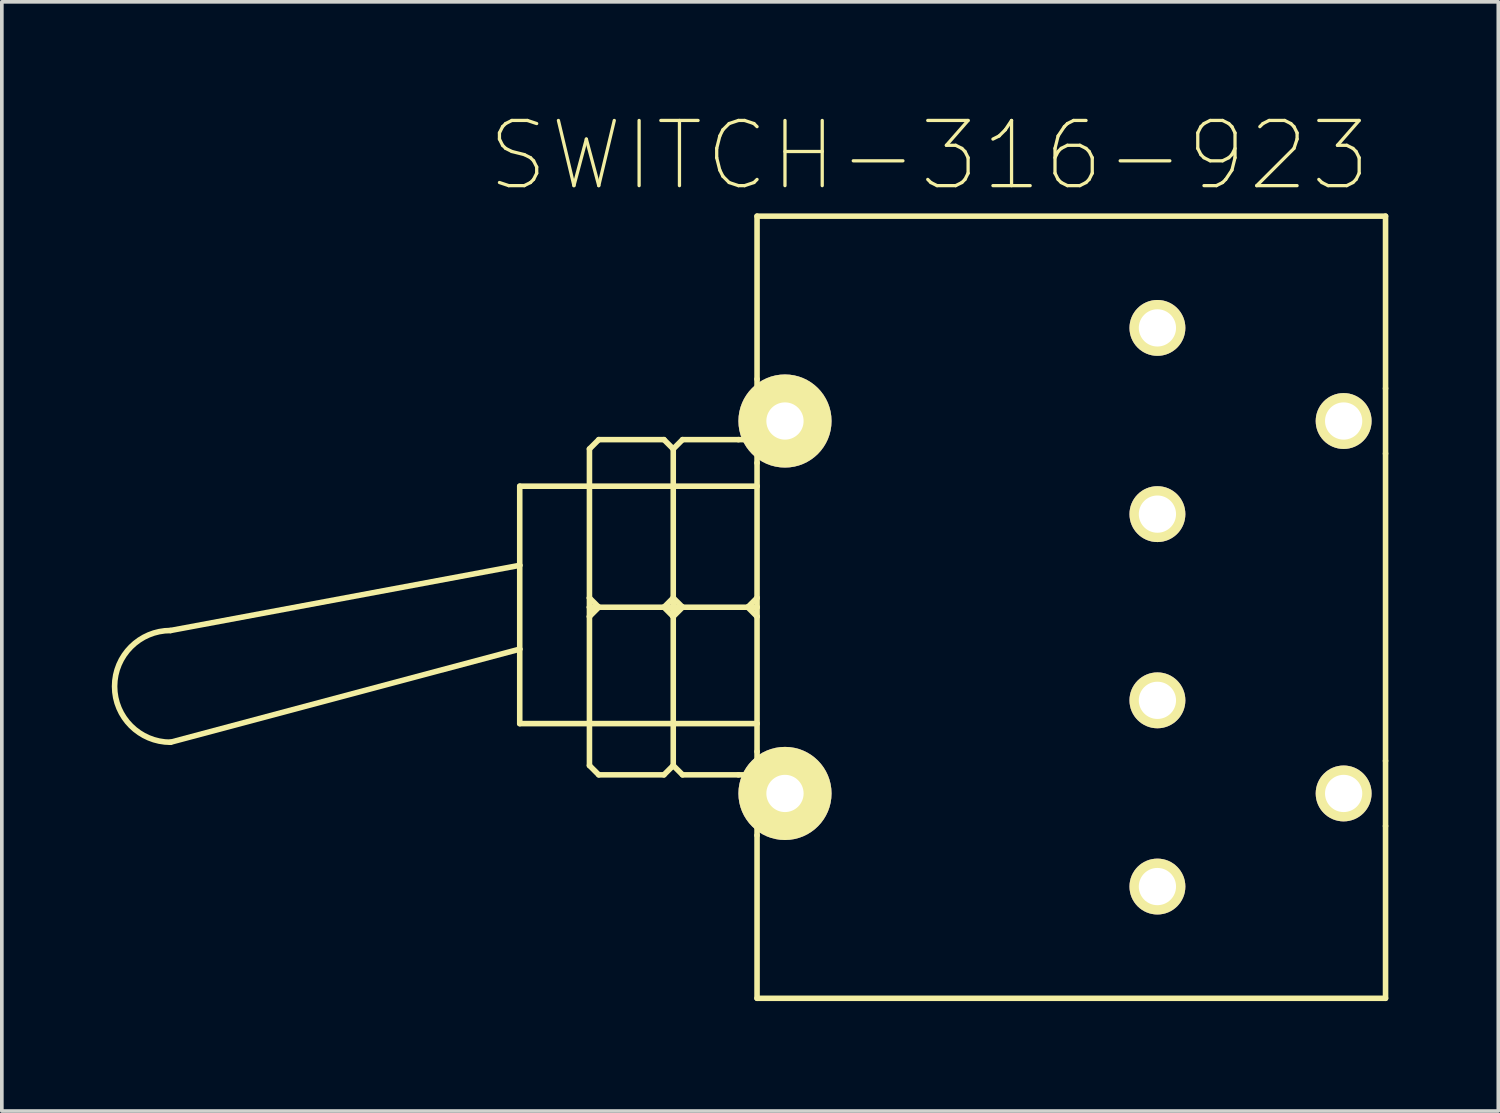
<source format=kicad_pcb>
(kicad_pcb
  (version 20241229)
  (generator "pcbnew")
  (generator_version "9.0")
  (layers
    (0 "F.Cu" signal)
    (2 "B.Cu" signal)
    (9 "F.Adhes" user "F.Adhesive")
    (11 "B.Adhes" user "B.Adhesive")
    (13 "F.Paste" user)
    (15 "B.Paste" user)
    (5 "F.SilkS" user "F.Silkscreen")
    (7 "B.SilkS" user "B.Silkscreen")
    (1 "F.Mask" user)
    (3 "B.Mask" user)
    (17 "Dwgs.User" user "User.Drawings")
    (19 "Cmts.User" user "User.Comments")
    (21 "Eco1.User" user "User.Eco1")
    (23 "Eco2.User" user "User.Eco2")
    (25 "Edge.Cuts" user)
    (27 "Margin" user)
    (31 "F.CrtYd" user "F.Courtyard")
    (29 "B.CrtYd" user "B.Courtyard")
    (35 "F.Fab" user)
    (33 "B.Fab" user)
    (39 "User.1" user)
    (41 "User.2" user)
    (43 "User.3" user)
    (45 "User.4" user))
  (footprint "SWITCH-316-923"
    (layer "F.Cu")
    (at 18.364 13.515)
    (property "Reference" "SWITCH-316-923" (at 3.937 -12.319 0) (layer "F.SilkS") (effects (font (size 1.778 1.778) (thickness 0.089))))
    (attr exclude_from_pos_files exclude_from_bom)
    (fp_line (start -7.236 -3.302) (end -0.762 -3.302) (stroke (width 0.152) (type solid)) (layer "F.SilkS"))
    (fp_line (start -7.236 -1.143) (end -16.764 0.635) (stroke (width 0.152) (type solid)) (layer "F.SilkS"))
    (fp_line (start -7.236 -1.143) (end -7.236 -3.302) (stroke (width 0.152) (type solid)) (layer "F.SilkS"))
    (fp_line (start -7.236 1.143) (end -16.764 3.683) (stroke (width 0.152) (type solid)) (layer "F.SilkS"))
    (fp_line (start -7.236 1.143) (end -7.236 -1.143) (stroke (width 0.152) (type solid)) (layer "F.SilkS"))
    (fp_line (start -7.236 3.175) (end -7.236 1.143) (stroke (width 0.152) (type solid)) (layer "F.SilkS"))
    (fp_line (start -5.334 -0.254) (end -5.334 -4.318) (stroke (width 0.152) (type solid)) (layer "F.SilkS"))
    (fp_line (start -5.334 -0.254) (end -5.08 0) (stroke (width 0.152) (type solid)) (layer "F.SilkS"))
    (fp_line (start -5.334 0) (end -5.334 -0.254) (stroke (width 0.152) (type solid)) (layer "F.SilkS"))
    (fp_line (start -5.334 0) (end -5.08 0) (stroke (width 0.152) (type solid)) (layer "F.SilkS"))
    (fp_line (start -5.334 0.254) (end -5.334 0) (stroke (width 0.152) (type solid)) (layer "F.SilkS"))
    (fp_line (start -5.334 4.318) (end -5.334 0.254) (stroke (width 0.152) (type solid)) (layer "F.SilkS"))
    (fp_line (start -5.334 4.318) (end -5.08 4.572) (stroke (width 0.152) (type solid)) (layer "F.SilkS"))
    (fp_line (start -5.08 -4.572) (end -5.334 -4.318) (stroke (width 0.152) (type solid)) (layer "F.SilkS"))
    (fp_line (start -5.08 -4.572) (end -3.302 -4.572) (stroke (width 0.152) (type solid)) (layer "F.SilkS"))
    (fp_line (start -5.08 0) (end -5.334 0.254) (stroke (width 0.152) (type solid)) (layer "F.SilkS"))
    (fp_line (start -5.08 0) (end -3.302 0) (stroke (width 0.152) (type solid)) (layer "F.SilkS"))
    (fp_line (start -3.302 0) (end -3.048 -0.254) (stroke (width 0.152) (type solid)) (layer "F.SilkS"))
    (fp_line (start -3.302 0) (end -3.048 0) (stroke (width 0.152) (type solid)) (layer "F.SilkS"))
    (fp_line (start -3.302 4.572) (end -5.08 4.572) (stroke (width 0.152) (type solid)) (layer "F.SilkS"))
    (fp_line (start -3.048 -4.318) (end -3.302 -4.572) (stroke (width 0.152) (type solid)) (layer "F.SilkS"))
    (fp_line (start -3.048 -0.254) (end -3.048 -4.318) (stroke (width 0.152) (type solid)) (layer "F.SilkS"))
    (fp_line (start -3.048 -0.254) (end -2.794 0) (stroke (width 0.152) (type solid)) (layer "F.SilkS"))
    (fp_line (start -3.048 0) (end -3.048 -0.254) (stroke (width 0.152) (type solid)) (layer "F.SilkS"))
    (fp_line (start -3.048 0) (end -2.794 0) (stroke (width 0.152) (type solid)) (layer "F.SilkS"))
    (fp_line (start -3.048 0.254) (end -3.302 0) (stroke (width 0.152) (type solid)) (layer "F.SilkS"))
    (fp_line (start -3.048 0.254) (end -3.048 0) (stroke (width 0.152) (type solid)) (layer "F.SilkS"))
    (fp_line (start -3.048 4.318) (end -3.302 4.572) (stroke (width 0.152) (type solid)) (layer "F.SilkS"))
    (fp_line (start -3.048 4.318) (end -3.048 0.254) (stroke (width 0.152) (type solid)) (layer "F.SilkS"))
    (fp_line (start -3.048 4.318) (end -2.794 4.572) (stroke (width 0.152) (type solid)) (layer "F.SilkS"))
    (fp_line (start -2.794 -4.572) (end -3.048 -4.318) (stroke (width 0.152) (type solid)) (layer "F.SilkS"))
    (fp_line (start -2.794 0) (end -3.048 0.254) (stroke (width 0.152) (type solid)) (layer "F.SilkS"))
    (fp_line (start -2.794 0) (end -1.016 0) (stroke (width 0.152) (type solid)) (layer "F.SilkS"))
    (fp_line (start -1.27 -4.572) (end -2.794 -4.572) (stroke (width 0.152) (type solid)) (layer "F.SilkS"))
    (fp_line (start -1.27 4.572) (end -2.794 4.572) (stroke (width 0.152) (type solid)) (layer "F.SilkS"))
    (fp_line (start -1.016 -4.572) (end -1.27 -4.572) (stroke (width 0.152) (type solid)) (layer "F.SilkS"))
    (fp_line (start -1.016 -4.572) (end -0.762 -4.572) (stroke (width 0.152) (type solid)) (layer "F.SilkS"))
    (fp_line (start -1.016 -4.572) (end -0.762 -4.318) (stroke (width 0.152) (type solid)) (layer "F.SilkS"))
    (fp_line (start -1.016 0) (end -0.762 0) (stroke (width 0.152) (type solid)) (layer "F.SilkS"))
    (fp_line (start -1.016 0) (end -0.762 0.254) (stroke (width 0.152) (type solid)) (layer "F.SilkS"))
    (fp_line (start -1.016 4.572) (end -1.27 4.572) (stroke (width 0.152) (type solid)) (layer "F.SilkS"))
    (fp_line (start -0.762 -6.223) (end -0.762 -10.668) (stroke (width 0.152) (type solid)) (layer "F.SilkS"))
    (fp_line (start -0.762 -4.572) (end -0.762 -6.223) (stroke (width 0.152) (type solid)) (layer "F.SilkS"))
    (fp_line (start -0.762 -4.572) (end -0.762 -4.318) (stroke (width 0.152) (type solid)) (layer "F.SilkS"))
    (fp_line (start -0.762 -4.318) (end -0.762 -3.937) (stroke (width 0.152) (type solid)) (layer "F.SilkS"))
    (fp_line (start -0.762 -3.937) (end -0.762 -3.302) (stroke (width 0.152) (type solid)) (layer "F.SilkS"))
    (fp_line (start -0.762 -3.302) (end -0.762 -0.254) (stroke (width 0.152) (type solid)) (layer "F.SilkS"))
    (fp_line (start -0.762 -0.254) (end -1.016 0) (stroke (width 0.152) (type solid)) (layer "F.SilkS"))
    (fp_line (start -0.762 -0.254) (end -0.762 0) (stroke (width 0.152) (type solid)) (layer "F.SilkS"))
    (fp_line (start -0.762 0) (end -0.762 0.254) (stroke (width 0.152) (type solid)) (layer "F.SilkS"))
    (fp_line (start -0.762 0.254) (end -0.762 3.175) (stroke (width 0.152) (type solid)) (layer "F.SilkS"))
    (fp_line (start -0.762 3.175) (end -7.236 3.175) (stroke (width 0.152) (type solid)) (layer "F.SilkS"))
    (fp_line (start -0.762 3.937) (end -0.762 3.175) (stroke (width 0.152) (type solid)) (layer "F.SilkS"))
    (fp_line (start -0.762 4.318) (end -1.016 4.572) (stroke (width 0.152) (type solid)) (layer "F.SilkS"))
    (fp_line (start -0.762 4.318) (end -0.762 3.937) (stroke (width 0.152) (type solid)) (layer "F.SilkS"))
    (fp_line (start -0.762 4.318) (end -0.762 4.572) (stroke (width 0.152) (type solid)) (layer "F.SilkS"))
    (fp_line (start -0.762 4.572) (end -1.016 4.572) (stroke (width 0.152) (type solid)) (layer "F.SilkS"))
    (fp_line (start -0.762 4.572) (end -0.762 6.223) (stroke (width 0.152) (type solid)) (layer "F.SilkS"))
    (fp_line (start -0.762 6.223) (end -0.762 10.668) (stroke (width 0.152) (type solid)) (layer "F.SilkS"))
    (fp_line (start -0.762 10.668) (end 16.383 10.668) (stroke (width 0.152) (type solid)) (layer "F.SilkS"))
    (fp_line (start 16.383 -10.668) (end -0.762 -10.668) (stroke (width 0.152) (type solid)) (layer "F.SilkS"))
    (fp_line (start 16.383 -10.668) (end 16.383 -5.969) (stroke (width 0.152) (type solid)) (layer "F.SilkS"))
    (fp_line (start 16.383 -4.191) (end 16.383 -5.969) (stroke (width 0.152) (type solid)) (layer "F.SilkS"))
    (fp_line (start 16.383 -4.191) (end 16.383 4.191) (stroke (width 0.152) (type solid)) (layer "F.SilkS"))
    (fp_line (start 16.383 4.191) (end 16.383 5.969) (stroke (width 0.152) (type solid)) (layer "F.SilkS"))
    (fp_line (start 16.383 10.668) (end 16.383 5.969) (stroke (width 0.152) (type solid)) (layer "F.SilkS"))
    (fp_arc (start -16.764 3.683) (mid -18.288 2.159) (end -16.764 0.635) (stroke (width 0.1524) (type solid)) (layer "F.SilkS"))
    (pad "1" thru_hole circle (at 10.16 -7.62) (size 1.524 1.524) (drill 1.016) (layers "*.Cu" "F.Mask" "F.SilkS" "F.Paste"))
    (pad "2" thru_hole circle (at 15.24 -5.08) (size 1.524 1.524) (drill 1.016) (layers "*.Cu" "F.Mask" "F.SilkS" "F.Paste"))
    (pad "3" thru_hole circle (at 10.16 -2.54) (size 1.524 1.524) (drill 1.016) (layers "*.Cu" "F.Mask" "F.SilkS" "F.Paste"))
    (pad "4" thru_hole circle (at 10.16 2.54) (size 1.524 1.524) (drill 1.016) (layers "*.Cu" "F.Mask" "F.SilkS" "F.Paste"))
    (pad "5" thru_hole circle (at 15.24 5.08) (size 1.524 1.524) (drill 1.016) (layers "*.Cu" "F.Mask" "F.SilkS" "F.Paste"))
    (pad "6" thru_hole circle (at 10.16 7.62) (size 1.524 1.524) (drill 1.016) (layers "*.Cu" "F.Mask" "F.SilkS" "F.Paste"))
    (pad "B" thru_hole circle (at 0 5.08) (size 2.54 2.54) (drill 1.016) (layers "*.Cu" "F.Mask" "F.SilkS" "F.Paste"))
    (pad "B1" thru_hole circle (at 0 -5.08) (size 2.54 2.54) (drill 1.016) (layers "*.Cu" "F.Mask" "F.SilkS" "F.Paste")))
  (gr_rect
    (start -3 -3)
    (end 37.823 27.259)
    (stroke (width 0.1) (type default))
    (fill no)
    (layer "Edge.Cuts")))
</source>
